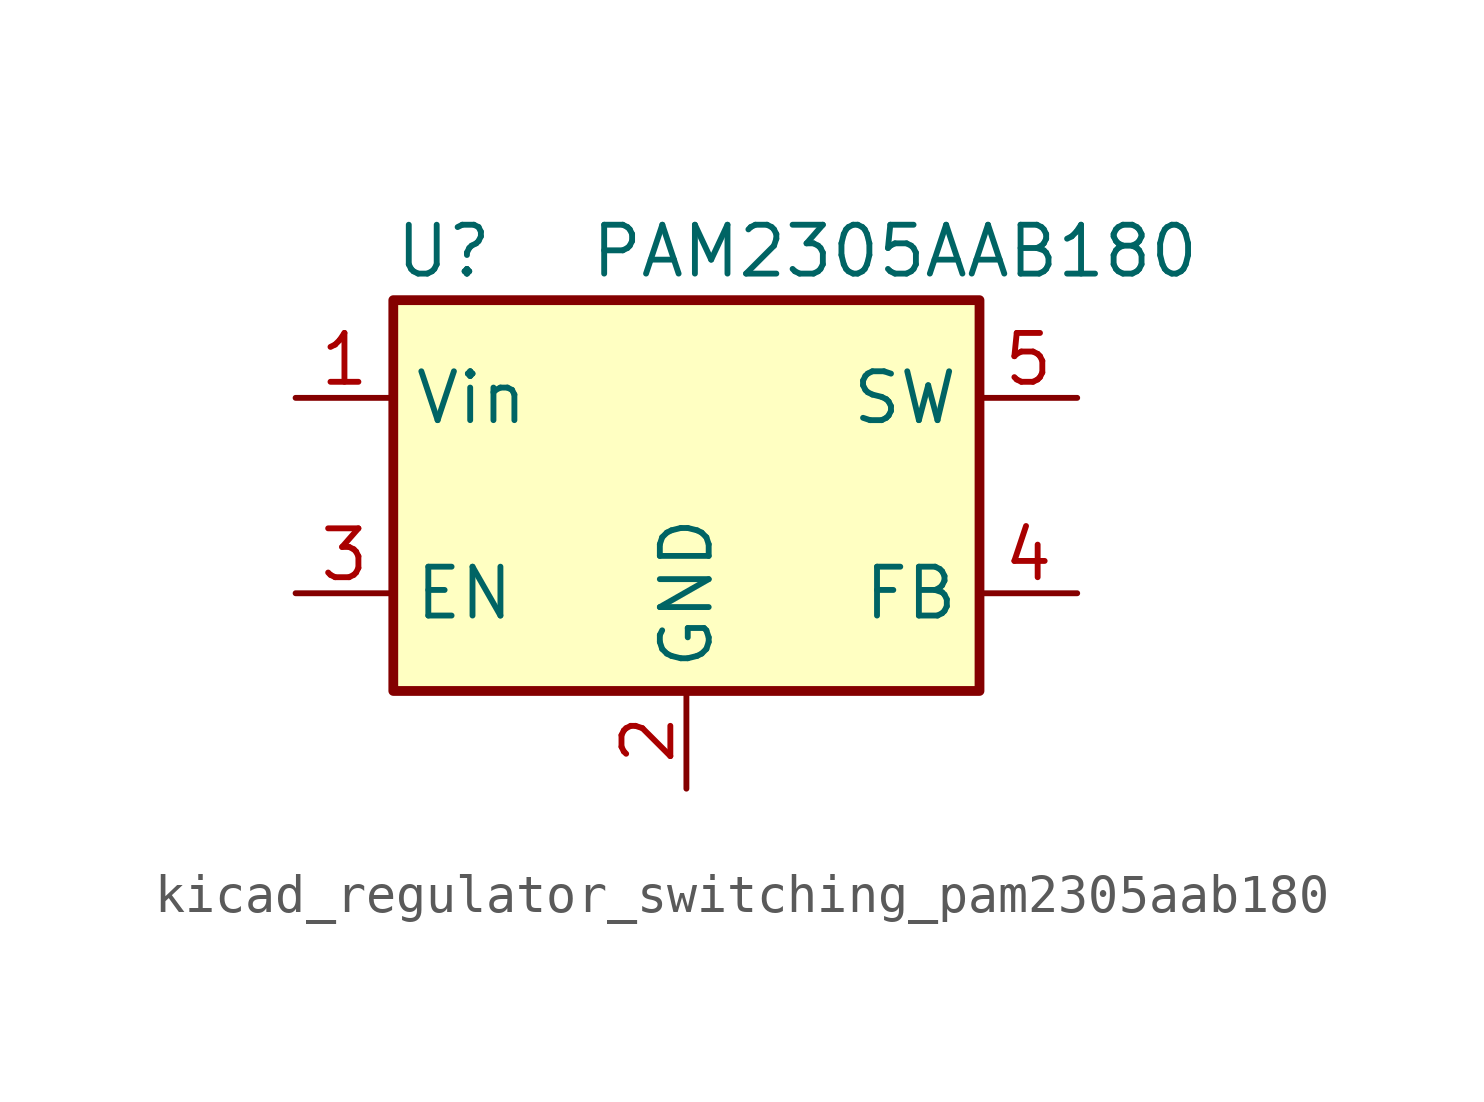
<source format=kicad_sym>
(kicad_symbol_lib
  (version 20220914)
  (generator kicad_symbol_editor)
  (symbol "kicad_regulator_switching_pam2305aab180"
    (property "Reference" "U"
      (at -7.62 6.35 0)
      (effects (font (size 1.27 1.27)) (justify left)))
    (property "Value" "PAM2305AAB180"
      (at -2.54 6.35 0)
      (effects (font (size 1.27 1.27)) (justify left)))
    (symbol "kicad_regulator_switching_pam2305aab180_0_1"
      (rectangle (start -7.62 5.08) (end 7.62 -5.08) (stroke (width 0.254) (type default)) (fill (type background))))
    (symbol "kicad_regulator_switching_pam2305aab180_1_1"
      (pin power_in line (at -10.16 2.54 0) (length 2.54) (name "Vin" (effects (font (size 1.27 1.27)))) (number "1" (effects (font (size 1.27 1.27)))))
      (pin power_in line (at 0 -7.62 90) (length 2.54) (name "GND" (effects (font (size 1.27 1.27)))) (number "2" (effects (font (size 1.27 1.27)))))
      (pin input line (at -10.16 -2.54 0) (length 2.54) (name "EN" (effects (font (size 1.27 1.27)))) (number "3" (effects (font (size 1.27 1.27)))))
      (pin input line (at 10.16 -2.54 180) (length 2.54) (name "FB" (effects (font (size 1.27 1.27)))) (number "4" (effects (font (size 1.27 1.27)))))
      (pin output line (at 10.16 2.54 180) (length 2.54) (name "SW" (effects (font (size 1.27 1.27)))) (number "5" (effects (font (size 1.27 1.27))))))))
</source>
